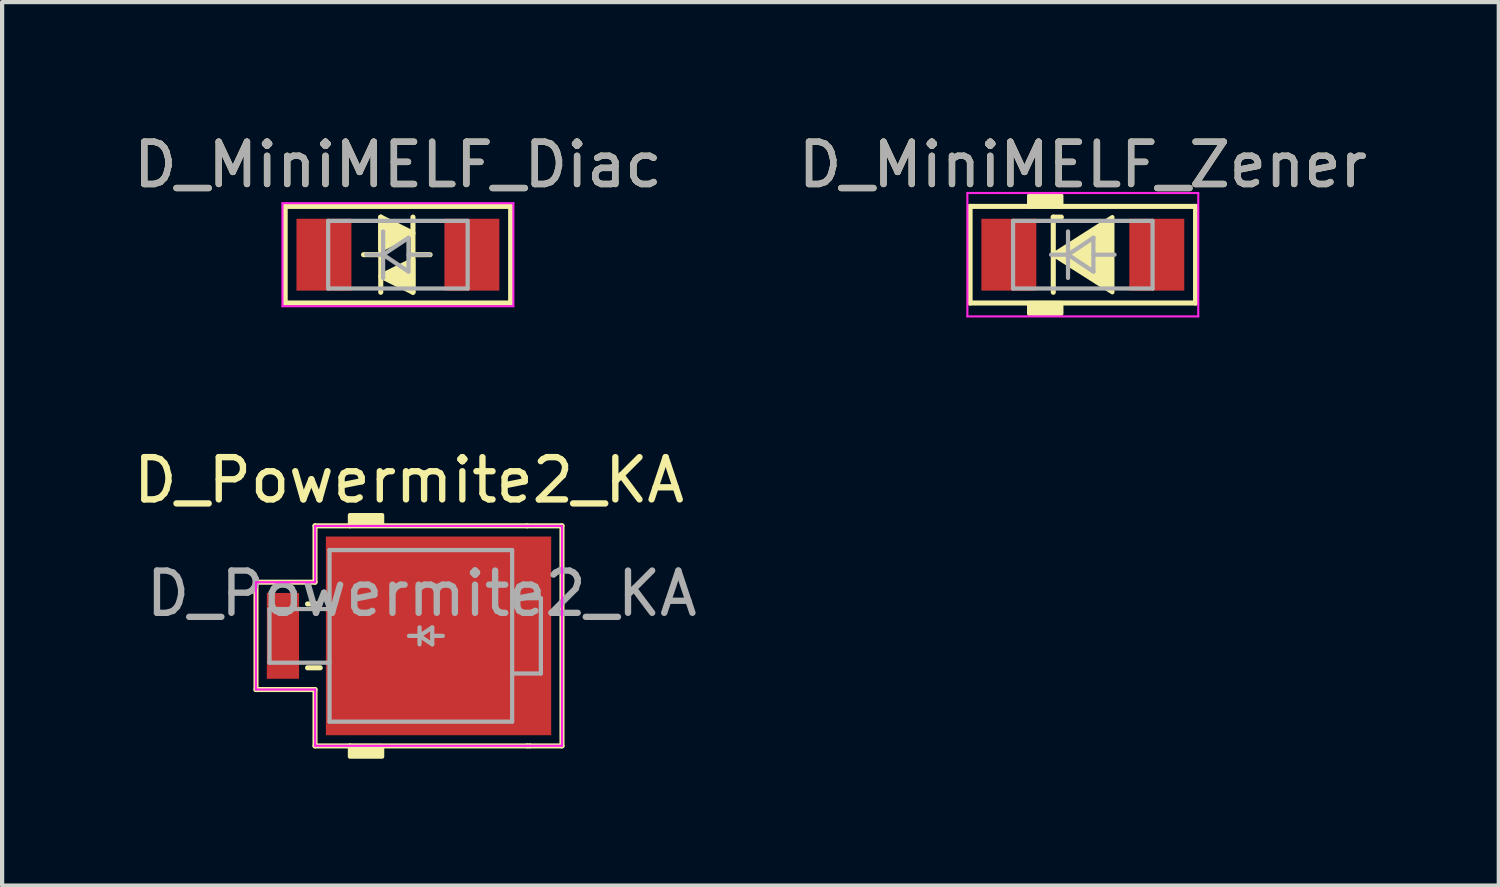
<source format=kicad_pcb>
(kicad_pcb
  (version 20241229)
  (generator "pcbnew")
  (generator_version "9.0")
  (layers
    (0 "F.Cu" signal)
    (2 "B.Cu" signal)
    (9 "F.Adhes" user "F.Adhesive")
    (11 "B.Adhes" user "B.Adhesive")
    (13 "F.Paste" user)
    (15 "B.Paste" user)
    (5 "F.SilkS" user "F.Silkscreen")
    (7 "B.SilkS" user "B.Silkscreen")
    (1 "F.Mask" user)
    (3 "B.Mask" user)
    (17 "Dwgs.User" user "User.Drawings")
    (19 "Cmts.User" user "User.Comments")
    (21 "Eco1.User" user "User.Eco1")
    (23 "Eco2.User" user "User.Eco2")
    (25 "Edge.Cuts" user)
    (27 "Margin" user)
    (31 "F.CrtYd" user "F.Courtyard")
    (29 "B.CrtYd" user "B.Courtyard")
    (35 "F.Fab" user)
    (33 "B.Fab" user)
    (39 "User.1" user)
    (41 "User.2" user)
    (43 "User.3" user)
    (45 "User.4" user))
  (footprint "D_MiniMELF_Diac"
    (layer "F.Cu")
    (at 6.363 2.975)
    (property "Reference" "D_MiniMELF_Diac" (at 0 -2.127 0) (layer "F.SilkS") (effects (font (size 1 1) (thickness 0.15))))
    (attr smd)
    (fp_line (start -2.667 -1.143) (end -2.667 1.143) (stroke (width 0.12) (type solid)) (layer "F.SilkS"))
    (fp_line (start -2.667 1.143) (end 2.667 1.143) (stroke (width 0.12) (type solid)) (layer "F.SilkS"))
    (fp_line (start -0.813 0) (end -0.406 0) (stroke (width 0.12) (type solid)) (layer "F.SilkS"))
    (fp_line (start -0.406 -0.889) (end -0.406 0.889) (stroke (width 0.12) (type solid)) (layer "F.SilkS"))
    (fp_line (start 0.356 -0.889) (end 0.356 0.889) (stroke (width 0.12) (type solid)) (layer "F.SilkS"))
    (fp_line (start 0.762 0) (end 0.356 0) (stroke (width 0.12) (type solid)) (layer "F.SilkS"))
    (fp_line (start 2.667 -1.143) (end -2.667 -1.143) (stroke (width 0.12) (type solid)) (layer "F.SilkS"))
    (fp_line (start 2.667 1.143) (end 2.667 -1.143) (stroke (width 0.12) (type solid)) (layer "F.SilkS"))
    (fp_poly (pts (xy 0.356 -0.508) (xy -0.406 -0.127) (xy -0.406 -0.889)) (stroke (width 0.12) (type solid)) (fill yes) (layer "F.SilkS"))
    (fp_poly (pts (xy 0.356 0.889) (xy -0.406 0.508) (xy 0.356 0.127)) (stroke (width 0.12) (type solid)) (fill yes) (layer "F.SilkS"))
    (fp_line (start -2.731 -1.219) (end 2.731 -1.219) (stroke (width 0.05) (type solid)) (layer "F.CrtYd"))
    (fp_line (start -2.731 1.219) (end -2.731 -1.219) (stroke (width 0.05) (type solid)) (layer "F.CrtYd"))
    (fp_line (start 2.731 -1.219) (end 2.731 1.219) (stroke (width 0.05) (type solid)) (layer "F.CrtYd"))
    (fp_line (start 2.731 1.219) (end -2.731 1.219) (stroke (width 0.05) (type solid)) (layer "F.CrtYd"))
    (fp_line (start -1.65 -0.8) (end 1.65 -0.8) (stroke (width 0.1) (type solid)) (layer "F.Fab"))
    (fp_line (start -1.65 0.8) (end -1.65 -0.8) (stroke (width 0.1) (type solid)) (layer "F.Fab"))
    (fp_line (start -0.75 0) (end -0.35 0) (stroke (width 0.1) (type solid)) (layer "F.Fab"))
    (fp_line (start -0.35 0) (end -0.35 -0.55) (stroke (width 0.1) (type solid)) (layer "F.Fab"))
    (fp_line (start -0.35 0) (end -0.35 0.55) (stroke (width 0.1) (type solid)) (layer "F.Fab"))
    (fp_line (start -0.35 0) (end 0.25 -0.4) (stroke (width 0.1) (type solid)) (layer "F.Fab"))
    (fp_line (start 0.25 -0.4) (end 0.25 0.4) (stroke (width 0.1) (type solid)) (layer "F.Fab"))
    (fp_line (start 0.25 0) (end 0.75 0) (stroke (width 0.1) (type solid)) (layer "F.Fab"))
    (fp_line (start 0.25 0.4) (end -0.35 0) (stroke (width 0.1) (type solid)) (layer "F.Fab"))
    (fp_line (start 1.65 -0.8) (end 1.65 0.8) (stroke (width 0.1) (type solid)) (layer "F.Fab"))
    (fp_line (start 1.65 0.8) (end -1.65 0.8) (stroke (width 0.1) (type solid)) (layer "F.Fab"))
    (fp_text user "${REFERENCE}" (at 0 -2.127 0) (layer "F.Fab") (effects (font (size 1 1) (thickness 0.15))))
    (pad "1" smd rect (at -1.75 0) (size 1.3 1.7) (layers "F.Cu" "F.Mask" "F.Paste"))
    (pad "2" smd rect (at 1.75 0) (size 1.3 1.7) (layers "F.Cu" "F.Mask" "F.Paste")))
  (footprint "D_MiniMELF_Zener"
    (layer "F.Cu")
    (at 22.565 2.975)
    (property "Reference" "D_MiniMELF_Zener" (at 0 -2.127 0) (layer "F.SilkS") (effects (font (size 1 1) (thickness 0.15))))
    (attr smd)
    (fp_line (start -2.667 -1.143) (end -2.667 1.143) (stroke (width 0.12) (type solid)) (layer "F.SilkS"))
    (fp_line (start -2.667 1.143) (end 2.667 1.143) (stroke (width 0.12) (type solid)) (layer "F.SilkS"))
    (fp_line (start -0.699 -0.889) (end -0.699 0.889) (stroke (width 0.12) (type solid)) (layer "F.SilkS"))
    (fp_line (start -0.699 -0.889) (end -0.508 -0.889) (stroke (width 0.12) (type solid)) (layer "F.SilkS"))
    (fp_line (start 2.667 -1.143) (end -2.667 -1.143) (stroke (width 0.12) (type solid)) (layer "F.SilkS"))
    (fp_line (start 2.667 1.143) (end 2.667 -1.143) (stroke (width 0.12) (type solid)) (layer "F.SilkS"))
    (fp_poly (pts (xy 0.699 0.889) (xy -0.699 0) (xy 0.699 -0.889)) (stroke (width 0.1) (type solid)) (fill yes) (layer "F.SilkS"))
    (fp_poly (pts (xy -0.508 -1.143) (xy -1.27 -1.143) (xy -1.27 -1.397) (xy -0.508 -1.397)) (stroke (width 0.1) (type solid)) (fill yes) (layer "F.SilkS"))
    (fp_poly (pts (xy -0.508 1.397) (xy -1.27 1.397) (xy -1.27 1.143) (xy -0.508 1.143)) (stroke (width 0.1) (type solid)) (fill yes) (layer "F.SilkS"))
    (fp_line (start -2.731 -1.46) (end 2.731 -1.46) (stroke (width 0.05) (type solid)) (layer "F.CrtYd"))
    (fp_line (start -2.731 1.46) (end -2.731 -1.46) (stroke (width 0.05) (type solid)) (layer "F.CrtYd"))
    (fp_line (start 2.731 -1.46) (end 2.731 1.46) (stroke (width 0.05) (type solid)) (layer "F.CrtYd"))
    (fp_line (start 2.731 1.46) (end -2.731 1.46) (stroke (width 0.05) (type solid)) (layer "F.CrtYd"))
    (fp_line (start -1.65 -0.8) (end 1.65 -0.8) (stroke (width 0.1) (type solid)) (layer "F.Fab"))
    (fp_line (start -1.65 0.8) (end -1.65 -0.8) (stroke (width 0.1) (type solid)) (layer "F.Fab"))
    (fp_line (start -0.75 0) (end -0.35 0) (stroke (width 0.1) (type solid)) (layer "F.Fab"))
    (fp_line (start -0.35 0) (end -0.35 -0.55) (stroke (width 0.1) (type solid)) (layer "F.Fab"))
    (fp_line (start -0.35 0) (end -0.35 0.55) (stroke (width 0.1) (type solid)) (layer "F.Fab"))
    (fp_line (start -0.35 0) (end 0.25 -0.4) (stroke (width 0.1) (type solid)) (layer "F.Fab"))
    (fp_line (start 0.25 -0.4) (end 0.25 0.4) (stroke (width 0.1) (type solid)) (layer "F.Fab"))
    (fp_line (start 0.25 0) (end 0.75 0) (stroke (width 0.1) (type solid)) (layer "F.Fab"))
    (fp_line (start 0.25 0.4) (end -0.35 0) (stroke (width 0.1) (type solid)) (layer "F.Fab"))
    (fp_line (start 1.65 -0.8) (end 1.65 0.8) (stroke (width 0.1) (type solid)) (layer "F.Fab"))
    (fp_line (start 1.65 0.8) (end -1.65 0.8) (stroke (width 0.1) (type solid)) (layer "F.Fab"))
    (fp_text user "${REFERENCE}" (at 0 -2.127 0) (layer "F.Fab") (effects (font (size 1 1) (thickness 0.15))))
    (pad "1" smd rect (at -1.75 0) (size 1.3 1.7) (layers "F.Cu" "F.Mask" "F.Paste"))
    (pad "2" smd rect (at 1.75 0) (size 1.3 1.7) (layers "F.Cu" "F.Mask" "F.Paste")))
  (footprint "D_Powermite2_KA"
    (layer "F.Cu")
    (at 6.625 11.992)
    (property "Reference" "D_Powermite2_KA" (at 0 -3.683 0) (layer "F.SilkS") (effects (font (size 1 1) (thickness 0.15))))
    (attr smd)
    (fp_line (start -3.619 -1.27) (end -2.223 -1.27) (stroke (width 0.12) (type solid)) (layer "F.SilkS"))
    (fp_line (start -3.619 1.27) (end -3.619 -1.27) (stroke (width 0.12) (type solid)) (layer "F.SilkS"))
    (fp_line (start -2.4 -0.755) (end -2.1 -0.755) (stroke (width 0.12) (type solid)) (layer "F.SilkS"))
    (fp_line (start -2.4 0.755) (end -2.1 0.755) (stroke (width 0.12) (type solid)) (layer "F.SilkS"))
    (fp_line (start -2.223 -2.603) (end -1.397 -2.603) (stroke (width 0.12) (type solid)) (layer "F.SilkS"))
    (fp_line (start -2.223 -1.27) (end -2.223 -2.603) (stroke (width 0.12) (type solid)) (layer "F.SilkS"))
    (fp_line (start -2.223 1.27) (end -3.619 1.27) (stroke (width 0.12) (type solid)) (layer "F.SilkS"))
    (fp_line (start -2.223 2.603) (end -2.223 1.27) (stroke (width 0.12) (type solid)) (layer "F.SilkS"))
    (fp_line (start -1.397 -2.603) (end 2.794 -2.603) (stroke (width 0.12) (type solid)) (layer "F.SilkS"))
    (fp_line (start -1.397 2.603) (end -2.223 2.603) (stroke (width 0.12) (type solid)) (layer "F.SilkS"))
    (fp_line (start -1.397 2.603) (end 2.794 2.603) (stroke (width 0.12) (type solid)) (layer "F.SilkS"))
    (fp_line (start 2.794 -2.603) (end 3.619 -2.603) (stroke (width 0.12) (type solid)) (layer "F.SilkS"))
    (fp_line (start 2.857 2.603) (end 2.794 2.603) (stroke (width 0.12) (type solid)) (layer "F.SilkS"))
    (fp_line (start 3.619 -2.603) (end 3.619 2.603) (stroke (width 0.12) (type solid)) (layer "F.SilkS"))
    (fp_line (start 3.619 2.603) (end 2.857 2.603) (stroke (width 0.12) (type solid)) (layer "F.SilkS"))
    (fp_poly (pts (xy -0.635 -2.603) (xy -1.397 -2.603) (xy -1.397 -2.857) (xy -0.635 -2.857)) (stroke (width 0.1) (type solid)) (fill yes) (layer "F.SilkS"))
    (fp_poly (pts (xy -0.635 2.857) (xy -1.397 2.857) (xy -1.397 2.603) (xy -0.635 2.603)) (stroke (width 0.1) (type solid)) (fill yes) (layer "F.SilkS"))
    (fp_line (start -3.62 -1.27) (end -3.62 1.27) (stroke (width 0.05) (type solid)) (layer "F.CrtYd"))
    (fp_line (start -3.62 1.27) (end -2.22 1.27) (stroke (width 0.05) (type solid)) (layer "F.CrtYd"))
    (fp_line (start -2.22 -2.6) (end -2.22 -1.27) (stroke (width 0.05) (type solid)) (layer "F.CrtYd"))
    (fp_line (start -2.22 -1.27) (end -3.62 -1.27) (stroke (width 0.05) (type solid)) (layer "F.CrtYd"))
    (fp_line (start -2.22 1.27) (end -2.22 2.6) (stroke (width 0.05) (type solid)) (layer "F.CrtYd"))
    (fp_line (start -2.22 2.6) (end 3.62 2.6) (stroke (width 0.05) (type solid)) (layer "F.CrtYd"))
    (fp_line (start 3.62 -2.6) (end -2.22 -2.6) (stroke (width 0.05) (type solid)) (layer "F.CrtYd"))
    (fp_line (start 3.62 2.6) (end 3.62 -2.6) (stroke (width 0.05) (type solid)) (layer "F.CrtYd"))
    (fp_line (start -3.3 -0.635) (end -3.3 0.635) (stroke (width 0.1) (type solid)) (layer "F.Fab"))
    (fp_line (start -3.3 -0.635) (end -1.88 -0.635) (stroke (width 0.1) (type solid)) (layer "F.Fab"))
    (fp_line (start -3.3 0.635) (end -1.88 0.635) (stroke (width 0.1) (type solid)) (layer "F.Fab"))
    (fp_line (start -1.88 -2.03) (end -1.88 2.03) (stroke (width 0.1) (type solid)) (layer "F.Fab"))
    (fp_line (start -1.88 2.03) (end 2.44 2.03) (stroke (width 0.1) (type solid)) (layer "F.Fab"))
    (fp_line (start 0.25 0) (end 0 0) (stroke (width 0.1) (type solid)) (layer "F.Fab"))
    (fp_line (start 0.25 0) (end 0.55 0.2) (stroke (width 0.1) (type solid)) (layer "F.Fab"))
    (fp_line (start 0.25 0.2) (end 0.25 -0.2) (stroke (width 0.1) (type solid)) (layer "F.Fab"))
    (fp_line (start 0.55 -0.2) (end 0.25 0) (stroke (width 0.1) (type solid)) (layer "F.Fab"))
    (fp_line (start 0.55 0) (end 0.8 0) (stroke (width 0.1) (type solid)) (layer "F.Fab"))
    (fp_line (start 0.55 0.2) (end 0.55 -0.2) (stroke (width 0.1) (type solid)) (layer "F.Fab"))
    (fp_line (start 2.44 -2.03) (end -1.88 -2.03) (stroke (width 0.1) (type solid)) (layer "F.Fab"))
    (fp_line (start 2.44 -0.89) (end 3.12 -0.89) (stroke (width 0.1) (type solid)) (layer "F.Fab"))
    (fp_line (start 2.44 2.03) (end 2.44 -2.03) (stroke (width 0.1) (type solid)) (layer "F.Fab"))
    (fp_line (start 3.12 -0.89) (end 3.12 0.89) (stroke (width 0.1) (type solid)) (layer "F.Fab"))
    (fp_line (start 3.12 0.89) (end 2.44 0.89) (stroke (width 0.1) (type solid)) (layer "F.Fab"))
    (fp_text user "${REFERENCE}" (at 0.3 -1 0) (layer "F.Fab") (effects (font (size 1 1) (thickness 0.15))))
    (pad "1" smd rect (at -2.982 0) (size 0.762 2.03) (layers "F.Cu" "F.Mask" "F.Paste"))
    (pad "2" smd rect (at 0.699 0) (size 5.33 4.7) (layers "F.Cu" "F.Mask" "F.Paste")))
  (gr_rect
    (start -3 -3)
    (end 32.405 17.899)
    (stroke (width 0.1) (type default))
    (fill no)
    (layer "Edge.Cuts")))
</source>
